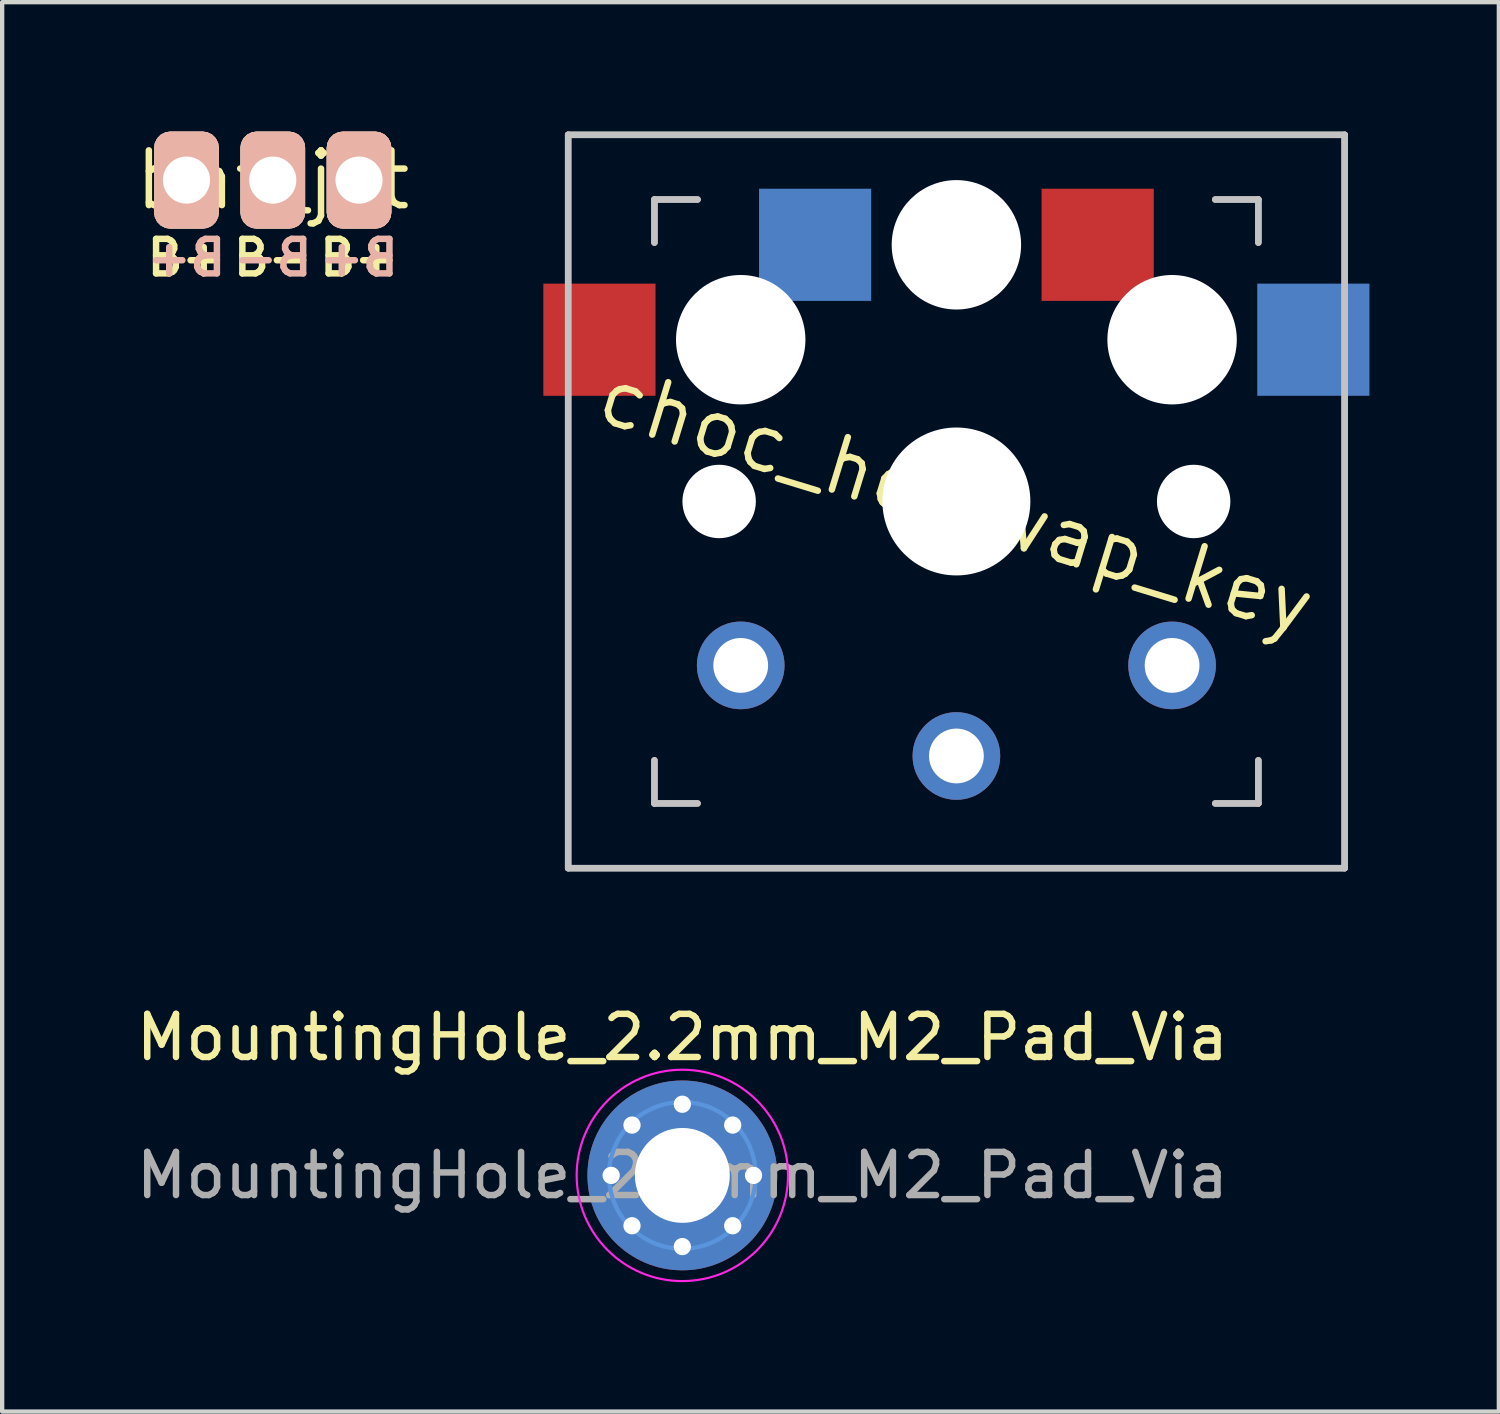
<source format=kicad_pcb>
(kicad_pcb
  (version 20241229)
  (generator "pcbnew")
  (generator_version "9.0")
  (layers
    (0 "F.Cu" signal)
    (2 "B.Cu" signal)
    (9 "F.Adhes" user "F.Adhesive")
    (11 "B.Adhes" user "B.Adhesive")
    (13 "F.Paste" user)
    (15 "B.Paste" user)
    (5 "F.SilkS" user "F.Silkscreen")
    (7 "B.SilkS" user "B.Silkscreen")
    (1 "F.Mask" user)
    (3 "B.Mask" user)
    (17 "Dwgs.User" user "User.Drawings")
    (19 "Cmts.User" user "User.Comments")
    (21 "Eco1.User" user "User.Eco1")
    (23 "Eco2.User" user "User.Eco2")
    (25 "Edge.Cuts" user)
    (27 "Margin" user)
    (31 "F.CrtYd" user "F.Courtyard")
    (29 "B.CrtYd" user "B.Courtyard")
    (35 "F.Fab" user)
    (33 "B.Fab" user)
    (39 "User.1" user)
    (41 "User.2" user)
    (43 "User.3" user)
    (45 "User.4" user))
  (footprint "bat_jst"
    (layer "F.Cu")
    (at 3.273 1.125)
    (property "Reference" "bat_jst" (at 0 0 0) (layer "F.SilkS") (effects (font (size 1.27 1.27) (thickness 0.15))))
    (attr through_hole)
    (fp_text user "B+" (at 2 1.8 0) (layer "F.SilkS") (effects (font (size 0.8 0.8) (thickness 0.15))))
    (fp_text user "B+" (at -2 1.8 0) (layer "F.SilkS") (effects (font (size 0.8 0.8) (thickness 0.15))))
    (fp_text user "B-" (at 0 1.8 0) (layer "F.SilkS") (effects (font (size 0.8 0.8) (thickness 0.15))))
    (fp_text user "B+" (at -2 1.8 0) (layer "B.SilkS") (effects (font (size 0.8 0.8) (thickness 0.15)) (justify mirror)))
    (fp_text user "B-" (at 0 1.8 0) (layer "B.SilkS") (effects (font (size 0.8 0.8) (thickness 0.15)) (justify mirror)))
    (fp_text user "B+" (at 2 1.8 0) (layer "B.SilkS") (effects (font (size 0.8 0.8) (thickness 0.15)) (justify mirror)))
    (pad "1" thru_hole roundrect (at -2 0) (size 1.5 2.25) (drill 1.092) (layers "*.Cu" "*.SilkS" "*.Mask") (roundrect_rratio 0.25))
    (pad "1" thru_hole roundrect (at 2 0) (size 1.5 2.25) (drill 1.092) (layers "*.Cu" "*.SilkS" "*.Mask") (roundrect_rratio 0.25))
    (pad "2" thru_hole roundrect (at 0 0) (size 1.5 2.25) (drill 1.092) (layers "*.Cu" "*.SilkS" "*.Mask") (roundrect_rratio 0.25)))
  (footprint "choc_hotswap_key"
    (layer "F.Cu")
    (at 19.121 8.575)
    (property "Reference" "choc_hotswap_key" (at 0 0 163) (layer "F.SilkS") (effects (font (size 1.27 1.27) (thickness 0.15))))
    (attr through_hole)
    (fp_line (start -9 -8.5) (end 9 -8.5) (stroke (width 0.15) (type solid)) (layer "Dwgs.User"))
    (fp_line (start -9 -8.5) (end 9 -8.5) (stroke (width 0.15) (type solid)) (layer "Dwgs.User"))
    (fp_line (start -9 8.5) (end -9 -8.5) (stroke (width 0.15) (type solid)) (layer "Dwgs.User"))
    (fp_line (start -9 8.5) (end -9 -8.5) (stroke (width 0.15) (type solid)) (layer "Dwgs.User"))
    (fp_line (start -7 -6) (end -7 -7) (stroke (width 0.15) (type solid)) (layer "Dwgs.User"))
    (fp_line (start -7 -6) (end -7 -7) (stroke (width 0.15) (type solid)) (layer "Dwgs.User"))
    (fp_line (start -7 7) (end -7 6) (stroke (width 0.15) (type solid)) (layer "Dwgs.User"))
    (fp_line (start -7 7) (end -6 7) (stroke (width 0.15) (type solid)) (layer "Dwgs.User"))
    (fp_line (start -7 7) (end -7 6) (stroke (width 0.15) (type solid)) (layer "Dwgs.User"))
    (fp_line (start -7 7) (end -6 7) (stroke (width 0.15) (type solid)) (layer "Dwgs.User"))
    (fp_line (start -6 -7) (end -7 -7) (stroke (width 0.15) (type solid)) (layer "Dwgs.User"))
    (fp_line (start -6 -7) (end -7 -7) (stroke (width 0.15) (type solid)) (layer "Dwgs.User"))
    (fp_line (start 6 7) (end 7 7) (stroke (width 0.15) (type solid)) (layer "Dwgs.User"))
    (fp_line (start 6 7) (end 7 7) (stroke (width 0.15) (type solid)) (layer "Dwgs.User"))
    (fp_line (start 7 -7) (end 6 -7) (stroke (width 0.15) (type solid)) (layer "Dwgs.User"))
    (fp_line (start 7 -7) (end 7 -6) (stroke (width 0.15) (type solid)) (layer "Dwgs.User"))
    (fp_line (start 7 -7) (end 6 -7) (stroke (width 0.15) (type solid)) (layer "Dwgs.User"))
    (fp_line (start 7 -7) (end 7 -6) (stroke (width 0.15) (type solid)) (layer "Dwgs.User"))
    (fp_line (start 7 6) (end 7 7) (stroke (width 0.15) (type solid)) (layer "Dwgs.User"))
    (fp_line (start 7 6) (end 7 7) (stroke (width 0.15) (type solid)) (layer "Dwgs.User"))
    (fp_line (start 9 -8.5) (end 9 8.5) (stroke (width 0.15) (type solid)) (layer "Dwgs.User"))
    (fp_line (start 9 -8.5) (end 9 8.5) (stroke (width 0.15) (type solid)) (layer "Dwgs.User"))
    (fp_line (start 9 8.5) (end -9 8.5) (stroke (width 0.15) (type solid)) (layer "Dwgs.User"))
    (fp_line (start 9 8.5) (end -9 8.5) (stroke (width 0.15) (type solid)) (layer "Dwgs.User"))
    (pad "" np_thru_hole circle (at -5.5 0 343) (size 1.702 1.702) (drill 1.702) (layers "*.Cu" "*.Mask"))
    (pad "" np_thru_hole circle (at -5 -3.75 343) (size 3 3) (drill 3) (layers "*.Cu" "*.Mask"))
    (pad "" np_thru_hole circle (at 0 -5.95 343) (size 3 3) (drill 3) (layers "*.Cu" "*.Mask"))
    (pad "" np_thru_hole circle (at 0 0 343) (size 3.429 3.429) (drill 3.429) (layers "*.Cu" "*.Mask"))
    (pad "" np_thru_hole circle (at 5 -3.75 343) (size 3 3) (drill 3) (layers "*.Cu" "*.Mask"))
    (pad "" np_thru_hole circle (at 5.5 0 343) (size 1.702 1.702) (drill 1.702) (layers "*.Cu" "*.Mask"))
    (pad "1" thru_hole circle (at -5 3.8 343) (size 2.032 2.032) (drill 1.27) (layers "*.Cu" "*.Mask"))
    (pad "1" smd rect (at -3.275 -5.95) (size 2.6 2.6) (layers "B.Cu" "B.Mask" "B.Paste"))
    (pad "1" smd rect (at 3.275 -5.95) (size 2.6 2.6) (layers "F.Cu" "F.Mask" "F.Paste"))
    (pad "1" thru_hole circle (at 5 3.8 343) (size 2.032 2.032) (drill 1.27) (layers "*.Cu" "*.Mask"))
    (pad "2" smd rect (at -8.275 -3.75) (size 2.6 2.6) (layers "F.Cu" "F.Mask" "F.Paste"))
    (pad "2" thru_hole circle (at 0 5.9 343) (size 2.032 2.032) (drill 1.27) (layers "*.Cu" "*.Mask"))
    (pad "2" smd rect (at 8.275 -3.75) (size 2.6 2.6) (layers "B.Cu" "B.Mask" "B.Paste")))
  (footprint "MountingHole_2.2mm_M2_Pad_Via"
    (layer "F.Cu")
    (at 12.768 24.198)
    (property "Reference" "MountingHole_2.2mm_M2_Pad_Via" (at 0 -3.2 0) (layer "F.SilkS") (effects (font (size 1 1) (thickness 0.15))))
    (attr exclude_from_pos_files exclude_from_bom)
    (fp_circle (center 0 0) (end 1.7 0) (stroke (width 0.1) (type solid)) (fill no) (layer "Cmts.User"))
    (fp_circle (center 0 0) (end 2.45 0) (stroke (width 0.05) (type solid)) (fill no) (layer "F.CrtYd"))
    (fp_text user "${REFERENCE}" (at 0 0 0) (layer "F.Fab") (effects (font (size 1 1) (thickness 0.15))))
    (pad "1" thru_hole circle (at -1.65 0) (size 0.7 0.7) (drill 0.4) (layers "*.Cu" "*.Mask"))
    (pad "1" thru_hole circle (at -1.167 -1.167) (size 0.7 0.7) (drill 0.4) (layers "*.Cu" "*.Mask"))
    (pad "1" thru_hole circle (at -1.167 1.167) (size 0.7 0.7) (drill 0.4) (layers "*.Cu" "*.Mask"))
    (pad "1" thru_hole circle (at 0 -1.65) (size 0.7 0.7) (drill 0.4) (layers "*.Cu" "*.Mask"))
    (pad "1" thru_hole circle (at 0 0) (size 4.4 4.4) (drill 2.2) (layers "*.Cu" "*.Mask"))
    (pad "1" thru_hole circle (at 0 1.65) (size 0.7 0.7) (drill 0.4) (layers "*.Cu" "*.Mask"))
    (pad "1" thru_hole circle (at 1.167 -1.167) (size 0.7 0.7) (drill 0.4) (layers "*.Cu" "*.Mask"))
    (pad "1" thru_hole circle (at 1.167 1.167) (size 0.7 0.7) (drill 0.4) (layers "*.Cu" "*.Mask"))
    (pad "1" thru_hole circle (at 1.65 0) (size 0.7 0.7) (drill 0.4) (layers "*.Cu" "*.Mask")))
  (gr_rect
    (start -3 -3)
    (end 31.696 29.673)
    (stroke (width 0.1) (type default))
    (fill no)
    (layer "Edge.Cuts")))
</source>
